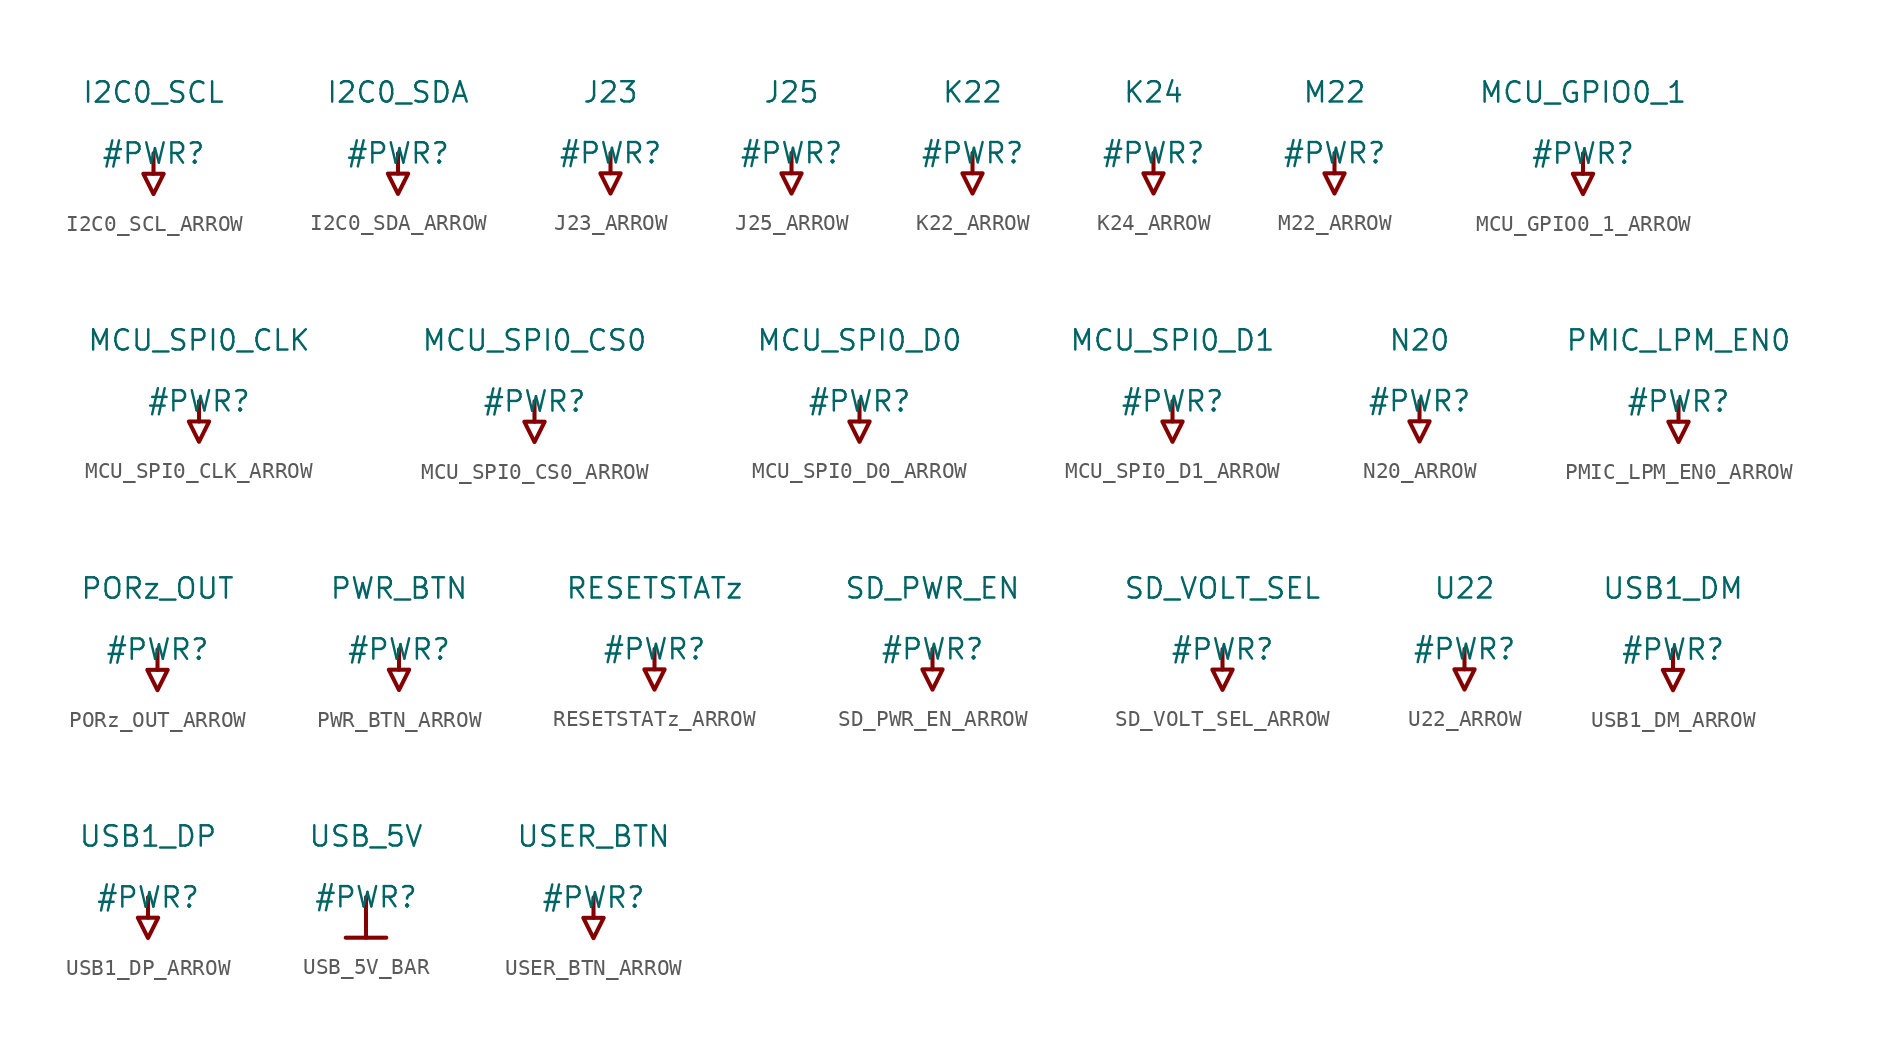
<source format=kicad_sym>
(kicad_symbol_lib
  (version 20231120)
  (generator "kicad_symbol_editor")
  (generator_version "8.0")
  (symbol "I2C0_SCL_ARROW"
    (power)
    (property "Reference" "#PWR"
      (at 0 0 0)
      (effects (font (size 1.27 1.27))))
    (property "Value" "I2C0_SCL"
      (at 0 3.81 0)
      (effects (font (size 1.27 1.27))))
    (symbol "I2C0_SCL_ARROW_0_0"
      (polyline (pts (xy 0 0) (xy 0 -1.27)) (stroke (width 0.254) (type solid)) (fill (type none)))
      (polyline (pts (xy -0.635 -1.27) (xy 0.635 -1.27) (xy 0 -2.54) (xy -0.635 -1.27)) (stroke (width 0.254) (type solid)) (fill (type none)))
      (pin power_in line (at 0 0 0) (length 0) hide (name "I2C0_SCL" (effects (font (size 1.27 1.27)))) (number "" (effects (font (size 1.27 1.27)))))))
  (symbol "I2C0_SDA_ARROW"
    (power)
    (property "Reference" "#PWR"
      (at 0 0 0)
      (effects (font (size 1.27 1.27))))
    (property "Value" "I2C0_SDA"
      (at 0 3.81 0)
      (effects (font (size 1.27 1.27))))
    (symbol "I2C0_SDA_ARROW_0_0"
      (polyline (pts (xy 0 0) (xy 0 -1.27)) (stroke (width 0.254) (type solid)) (fill (type none)))
      (polyline (pts (xy -0.635 -1.27) (xy 0.635 -1.27) (xy 0 -2.54) (xy -0.635 -1.27)) (stroke (width 0.254) (type solid)) (fill (type none)))
      (pin power_in line (at 0 0 0) (length 0) hide (name "I2C0_SDA" (effects (font (size 1.27 1.27)))) (number "" (effects (font (size 1.27 1.27)))))))
  (symbol "J23_ARROW"
    (power)
    (property "Reference" "#PWR"
      (at 0 0 0)
      (effects (font (size 1.27 1.27))))
    (property "Value" "J23"
      (at 0 3.81 0)
      (effects (font (size 1.27 1.27))))
    (symbol "J23_ARROW_0_0"
      (polyline (pts (xy 0 0) (xy 0 -1.27)) (stroke (width 0.254) (type solid)) (fill (type none)))
      (polyline (pts (xy -0.635 -1.27) (xy 0.635 -1.27) (xy 0 -2.54) (xy -0.635 -1.27)) (stroke (width 0.254) (type solid)) (fill (type none)))
      (pin power_in line (at 0 0 0) (length 0) hide (name "J23" (effects (font (size 1.27 1.27)))) (number "" (effects (font (size 1.27 1.27)))))))
  (symbol "J25_ARROW"
    (power)
    (property "Reference" "#PWR"
      (at 0 0 0)
      (effects (font (size 1.27 1.27))))
    (property "Value" "J25"
      (at 0 3.81 0)
      (effects (font (size 1.27 1.27))))
    (symbol "J25_ARROW_0_0"
      (polyline (pts (xy 0 0) (xy 0 -1.27)) (stroke (width 0.254) (type solid)) (fill (type none)))
      (polyline (pts (xy -0.635 -1.27) (xy 0.635 -1.27) (xy 0 -2.54) (xy -0.635 -1.27)) (stroke (width 0.254) (type solid)) (fill (type none)))
      (pin power_in line (at 0 0 0) (length 0) hide (name "J25" (effects (font (size 1.27 1.27)))) (number "" (effects (font (size 1.27 1.27)))))))
  (symbol "K22_ARROW"
    (power)
    (property "Reference" "#PWR"
      (at 0 0 0)
      (effects (font (size 1.27 1.27))))
    (property "Value" "K22"
      (at 0 3.81 0)
      (effects (font (size 1.27 1.27))))
    (symbol "K22_ARROW_0_0"
      (polyline (pts (xy 0 0) (xy 0 -1.27)) (stroke (width 0.254) (type solid)) (fill (type none)))
      (polyline (pts (xy -0.635 -1.27) (xy 0.635 -1.27) (xy 0 -2.54) (xy -0.635 -1.27)) (stroke (width 0.254) (type solid)) (fill (type none)))
      (pin power_in line (at 0 0 0) (length 0) hide (name "K22" (effects (font (size 1.27 1.27)))) (number "" (effects (font (size 1.27 1.27)))))))
  (symbol "K24_ARROW"
    (power)
    (property "Reference" "#PWR"
      (at 0 0 0)
      (effects (font (size 1.27 1.27))))
    (property "Value" "K24"
      (at 0 3.81 0)
      (effects (font (size 1.27 1.27))))
    (symbol "K24_ARROW_0_0"
      (polyline (pts (xy 0 0) (xy 0 -1.27)) (stroke (width 0.254) (type solid)) (fill (type none)))
      (polyline (pts (xy -0.635 -1.27) (xy 0.635 -1.27) (xy 0 -2.54) (xy -0.635 -1.27)) (stroke (width 0.254) (type solid)) (fill (type none)))
      (pin power_in line (at 0 0 0) (length 0) hide (name "K24" (effects (font (size 1.27 1.27)))) (number "" (effects (font (size 1.27 1.27)))))))
  (symbol "M22_ARROW"
    (power)
    (property "Reference" "#PWR"
      (at 0 0 0)
      (effects (font (size 1.27 1.27))))
    (property "Value" "M22"
      (at 0 3.81 0)
      (effects (font (size 1.27 1.27))))
    (symbol "M22_ARROW_0_0"
      (polyline (pts (xy 0 0) (xy 0 -1.27)) (stroke (width 0.254) (type solid)) (fill (type none)))
      (polyline (pts (xy -0.635 -1.27) (xy 0.635 -1.27) (xy 0 -2.54) (xy -0.635 -1.27)) (stroke (width 0.254) (type solid)) (fill (type none)))
      (pin power_in line (at 0 0 0) (length 0) hide (name "M22" (effects (font (size 1.27 1.27)))) (number "" (effects (font (size 1.27 1.27)))))))
  (symbol "MCU_GPIO0_1_ARROW"
    (power)
    (property "Reference" "#PWR"
      (at 0 0 0)
      (effects (font (size 1.27 1.27))))
    (property "Value" "MCU_GPIO0_1"
      (at 0 3.81 0)
      (effects (font (size 1.27 1.27))))
    (symbol "MCU_GPIO0_1_ARROW_0_0"
      (polyline (pts (xy 0 0) (xy 0 -1.27)) (stroke (width 0.254) (type solid)) (fill (type none)))
      (polyline (pts (xy -0.635 -1.27) (xy 0.635 -1.27) (xy 0 -2.54) (xy -0.635 -1.27)) (stroke (width 0.254) (type solid)) (fill (type none)))
      (pin power_in line (at 0 0 0) (length 0) hide (name "MCU_GPIO0_1" (effects (font (size 1.27 1.27)))) (number "" (effects (font (size 1.27 1.27)))))))
  (symbol "MCU_SPI0_CLK_ARROW"
    (power)
    (property "Reference" "#PWR"
      (at 0 0 0)
      (effects (font (size 1.27 1.27))))
    (property "Value" "MCU_SPI0_CLK"
      (at 0 3.81 0)
      (effects (font (size 1.27 1.27))))
    (symbol "MCU_SPI0_CLK_ARROW_0_0"
      (polyline (pts (xy 0 0) (xy 0 -1.27)) (stroke (width 0.254) (type solid)) (fill (type none)))
      (polyline (pts (xy -0.635 -1.27) (xy 0.635 -1.27) (xy 0 -2.54) (xy -0.635 -1.27)) (stroke (width 0.254) (type solid)) (fill (type none)))
      (pin power_in line (at 0 0 0) (length 0) hide (name "MCU_SPI0_CLK" (effects (font (size 1.27 1.27)))) (number "" (effects (font (size 1.27 1.27)))))))
  (symbol "MCU_SPI0_CS0_ARROW"
    (power)
    (property "Reference" "#PWR"
      (at 0 0 0)
      (effects (font (size 1.27 1.27))))
    (property "Value" "MCU_SPI0_CS0"
      (at 0 3.81 0)
      (effects (font (size 1.27 1.27))))
    (symbol "MCU_SPI0_CS0_ARROW_0_0"
      (polyline (pts (xy 0 0) (xy 0 -1.27)) (stroke (width 0.254) (type solid)) (fill (type none)))
      (polyline (pts (xy -0.635 -1.27) (xy 0.635 -1.27) (xy 0 -2.54) (xy -0.635 -1.27)) (stroke (width 0.254) (type solid)) (fill (type none)))
      (pin power_in line (at 0 0 0) (length 0) hide (name "MCU_SPI0_CS0" (effects (font (size 1.27 1.27)))) (number "" (effects (font (size 1.27 1.27)))))))
  (symbol "MCU_SPI0_D0_ARROW"
    (power)
    (property "Reference" "#PWR"
      (at 0 0 0)
      (effects (font (size 1.27 1.27))))
    (property "Value" "MCU_SPI0_D0"
      (at 0 3.81 0)
      (effects (font (size 1.27 1.27))))
    (symbol "MCU_SPI0_D0_ARROW_0_0"
      (polyline (pts (xy 0 0) (xy 0 -1.27)) (stroke (width 0.254) (type solid)) (fill (type none)))
      (polyline (pts (xy -0.635 -1.27) (xy 0.635 -1.27) (xy 0 -2.54) (xy -0.635 -1.27)) (stroke (width 0.254) (type solid)) (fill (type none)))
      (pin power_in line (at 0 0 0) (length 0) hide (name "MCU_SPI0_D0" (effects (font (size 1.27 1.27)))) (number "" (effects (font (size 1.27 1.27)))))))
  (symbol "MCU_SPI0_D1_ARROW"
    (power)
    (property "Reference" "#PWR"
      (at 0 0 0)
      (effects (font (size 1.27 1.27))))
    (property "Value" "MCU_SPI0_D1"
      (at 0 3.81 0)
      (effects (font (size 1.27 1.27))))
    (symbol "MCU_SPI0_D1_ARROW_0_0"
      (polyline (pts (xy 0 0) (xy 0 -1.27)) (stroke (width 0.254) (type solid)) (fill (type none)))
      (polyline (pts (xy -0.635 -1.27) (xy 0.635 -1.27) (xy 0 -2.54) (xy -0.635 -1.27)) (stroke (width 0.254) (type solid)) (fill (type none)))
      (pin power_in line (at 0 0 0) (length 0) hide (name "MCU_SPI0_D1" (effects (font (size 1.27 1.27)))) (number "" (effects (font (size 1.27 1.27)))))))
  (symbol "N20_ARROW"
    (power)
    (property "Reference" "#PWR"
      (at 0 0 0)
      (effects (font (size 1.27 1.27))))
    (property "Value" "N20"
      (at 0 3.81 0)
      (effects (font (size 1.27 1.27))))
    (symbol "N20_ARROW_0_0"
      (polyline (pts (xy 0 0) (xy 0 -1.27)) (stroke (width 0.254) (type solid)) (fill (type none)))
      (polyline (pts (xy -0.635 -1.27) (xy 0.635 -1.27) (xy 0 -2.54) (xy -0.635 -1.27)) (stroke (width 0.254) (type solid)) (fill (type none)))
      (pin power_in line (at 0 0 0) (length 0) hide (name "N20" (effects (font (size 1.27 1.27)))) (number "" (effects (font (size 1.27 1.27)))))))
  (symbol "PMIC_LPM_EN0_ARROW"
    (power)
    (property "Reference" "#PWR"
      (at 0 0 0)
      (effects (font (size 1.27 1.27))))
    (property "Value" "PMIC_LPM_EN0"
      (at 0 3.81 0)
      (effects (font (size 1.27 1.27))))
    (symbol "PMIC_LPM_EN0_ARROW_0_0"
      (polyline (pts (xy 0 0) (xy 0 -1.27)) (stroke (width 0.254) (type solid)) (fill (type none)))
      (polyline (pts (xy -0.635 -1.27) (xy 0.635 -1.27) (xy 0 -2.54) (xy -0.635 -1.27)) (stroke (width 0.254) (type solid)) (fill (type none)))
      (pin power_in line (at 0 0 0) (length 0) hide (name "PMIC_LPM_EN0" (effects (font (size 1.27 1.27)))) (number "" (effects (font (size 1.27 1.27)))))))
  (symbol "PORz_OUT_ARROW"
    (power)
    (property "Reference" "#PWR"
      (at 0 0 0)
      (effects (font (size 1.27 1.27))))
    (property "Value" "PORz_OUT"
      (at 0 3.81 0)
      (effects (font (size 1.27 1.27))))
    (symbol "PORz_OUT_ARROW_0_0"
      (polyline (pts (xy 0 0) (xy 0 -1.27)) (stroke (width 0.254) (type solid)) (fill (type none)))
      (polyline (pts (xy -0.635 -1.27) (xy 0.635 -1.27) (xy 0 -2.54) (xy -0.635 -1.27)) (stroke (width 0.254) (type solid)) (fill (type none)))
      (pin power_in line (at 0 0 0) (length 0) hide (name "PORz_OUT" (effects (font (size 1.27 1.27)))) (number "" (effects (font (size 1.27 1.27)))))))
  (symbol "PWR_BTN_ARROW"
    (power)
    (property "Reference" "#PWR"
      (at 0 0 0)
      (effects (font (size 1.27 1.27))))
    (property "Value" "PWR_BTN"
      (at 0 3.81 0)
      (effects (font (size 1.27 1.27))))
    (symbol "PWR_BTN_ARROW_0_0"
      (polyline (pts (xy 0 0) (xy 0 -1.27)) (stroke (width 0.254) (type solid)) (fill (type none)))
      (polyline (pts (xy -0.635 -1.27) (xy 0.635 -1.27) (xy 0 -2.54) (xy -0.635 -1.27)) (stroke (width 0.254) (type solid)) (fill (type none)))
      (pin power_in line (at 0 0 0) (length 0) hide (name "PWR_BTN" (effects (font (size 1.27 1.27)))) (number "" (effects (font (size 1.27 1.27)))))))
  (symbol "RESETSTATz_ARROW"
    (power)
    (property "Reference" "#PWR"
      (at 0 0 0)
      (effects (font (size 1.27 1.27))))
    (property "Value" "RESETSTATz"
      (at 0 3.81 0)
      (effects (font (size 1.27 1.27))))
    (symbol "RESETSTATz_ARROW_0_0"
      (polyline (pts (xy 0 0) (xy 0 -1.27)) (stroke (width 0.254) (type solid)) (fill (type none)))
      (polyline (pts (xy -0.635 -1.27) (xy 0.635 -1.27) (xy 0 -2.54) (xy -0.635 -1.27)) (stroke (width 0.254) (type solid)) (fill (type none)))
      (pin power_in line (at 0 0 0) (length 0) hide (name "RESETSTATz" (effects (font (size 1.27 1.27)))) (number "" (effects (font (size 1.27 1.27)))))))
  (symbol "SD_PWR_EN_ARROW"
    (power)
    (property "Reference" "#PWR"
      (at 0 0 0)
      (effects (font (size 1.27 1.27))))
    (property "Value" "SD_PWR_EN"
      (at 0 3.81 0)
      (effects (font (size 1.27 1.27))))
    (symbol "SD_PWR_EN_ARROW_0_0"
      (polyline (pts (xy 0 0) (xy 0 -1.27)) (stroke (width 0.254) (type solid)) (fill (type none)))
      (polyline (pts (xy -0.635 -1.27) (xy 0.635 -1.27) (xy 0 -2.54) (xy -0.635 -1.27)) (stroke (width 0.254) (type solid)) (fill (type none)))
      (pin power_in line (at 0 0 0) (length 0) hide (name "SD_PWR_EN" (effects (font (size 1.27 1.27)))) (number "" (effects (font (size 1.27 1.27)))))))
  (symbol "SD_VOLT_SEL_ARROW"
    (power)
    (property "Reference" "#PWR"
      (at 0 0 0)
      (effects (font (size 1.27 1.27))))
    (property "Value" "SD_VOLT_SEL"
      (at 0 3.81 0)
      (effects (font (size 1.27 1.27))))
    (symbol "SD_VOLT_SEL_ARROW_0_0"
      (polyline (pts (xy 0 0) (xy 0 -1.27)) (stroke (width 0.254) (type solid)) (fill (type none)))
      (polyline (pts (xy -0.635 -1.27) (xy 0.635 -1.27) (xy 0 -2.54) (xy -0.635 -1.27)) (stroke (width 0.254) (type solid)) (fill (type none)))
      (pin power_in line (at 0 0 0) (length 0) hide (name "SD_VOLT_SEL" (effects (font (size 1.27 1.27)))) (number "" (effects (font (size 1.27 1.27)))))))
  (symbol "U22_ARROW"
    (power)
    (property "Reference" "#PWR"
      (at 0 0 0)
      (effects (font (size 1.27 1.27))))
    (property "Value" "U22"
      (at 0 3.81 0)
      (effects (font (size 1.27 1.27))))
    (symbol "U22_ARROW_0_0"
      (polyline (pts (xy 0 0) (xy 0 -1.27)) (stroke (width 0.254) (type solid)) (fill (type none)))
      (polyline (pts (xy -0.635 -1.27) (xy 0.635 -1.27) (xy 0 -2.54) (xy -0.635 -1.27)) (stroke (width 0.254) (type solid)) (fill (type none)))
      (pin power_in line (at 0 0 0) (length 0) hide (name "U22" (effects (font (size 1.27 1.27)))) (number "" (effects (font (size 1.27 1.27)))))))
  (symbol "USB1_DM_ARROW"
    (power)
    (property "Reference" "#PWR"
      (at 0 0 0)
      (effects (font (size 1.27 1.27))))
    (property "Value" "USB1_DM"
      (at 0 3.81 0)
      (effects (font (size 1.27 1.27))))
    (symbol "USB1_DM_ARROW_0_0"
      (polyline (pts (xy 0 0) (xy 0 -1.27)) (stroke (width 0.254) (type solid)) (fill (type none)))
      (polyline (pts (xy -0.635 -1.27) (xy 0.635 -1.27) (xy 0 -2.54) (xy -0.635 -1.27)) (stroke (width 0.254) (type solid)) (fill (type none)))
      (pin power_in line (at 0 0 0) (length 0) hide (name "USB1_DM" (effects (font (size 1.27 1.27)))) (number "" (effects (font (size 1.27 1.27)))))))
  (symbol "USB1_DP_ARROW"
    (power)
    (property "Reference" "#PWR"
      (at 0 0 0)
      (effects (font (size 1.27 1.27))))
    (property "Value" "USB1_DP"
      (at 0 3.81 0)
      (effects (font (size 1.27 1.27))))
    (symbol "USB1_DP_ARROW_0_0"
      (polyline (pts (xy 0 0) (xy 0 -1.27)) (stroke (width 0.254) (type solid)) (fill (type none)))
      (polyline (pts (xy -0.635 -1.27) (xy 0.635 -1.27) (xy 0 -2.54) (xy -0.635 -1.27)) (stroke (width 0.254) (type solid)) (fill (type none)))
      (pin power_in line (at 0 0 0) (length 0) hide (name "USB1_DP" (effects (font (size 1.27 1.27)))) (number "" (effects (font (size 1.27 1.27)))))))
  (symbol "USB_5V_BAR"
    (power)
    (property "Reference" "#PWR"
      (at 0 0 0)
      (effects (font (size 1.27 1.27))))
    (property "Value" "USB_5V"
      (at 0 3.81 0)
      (effects (font (size 1.27 1.27))))
    (symbol "USB_5V_BAR_0_0"
      (polyline (pts (xy -1.27 -2.54) (xy 1.27 -2.54)) (stroke (width 0.254) (type solid)) (fill (type none)))
      (polyline (pts (xy 0 0) (xy 0 -2.54)) (stroke (width 0.254) (type solid)) (fill (type none)))
      (pin power_in line (at 0 0 0) (length 0) hide (name "USB_5V" (effects (font (size 1.27 1.27)))) (number "" (effects (font (size 1.27 1.27)))))))
  (symbol "USER_BTN_ARROW"
    (power)
    (property "Reference" "#PWR"
      (at 0 0 0)
      (effects (font (size 1.27 1.27))))
    (property "Value" "USER_BTN"
      (at 0 3.81 0)
      (effects (font (size 1.27 1.27))))
    (symbol "USER_BTN_ARROW_0_0"
      (polyline (pts (xy 0 0) (xy 0 -1.27)) (stroke (width 0.254) (type solid)) (fill (type none)))
      (polyline (pts (xy -0.635 -1.27) (xy 0.635 -1.27) (xy 0 -2.54) (xy -0.635 -1.27)) (stroke (width 0.254) (type solid)) (fill (type none)))
      (pin power_in line (at 0 0 0) (length 0) hide (name "USER_BTN" (effects (font (size 1.27 1.27)))) (number "" (effects (font (size 1.27 1.27))))))))
</source>
